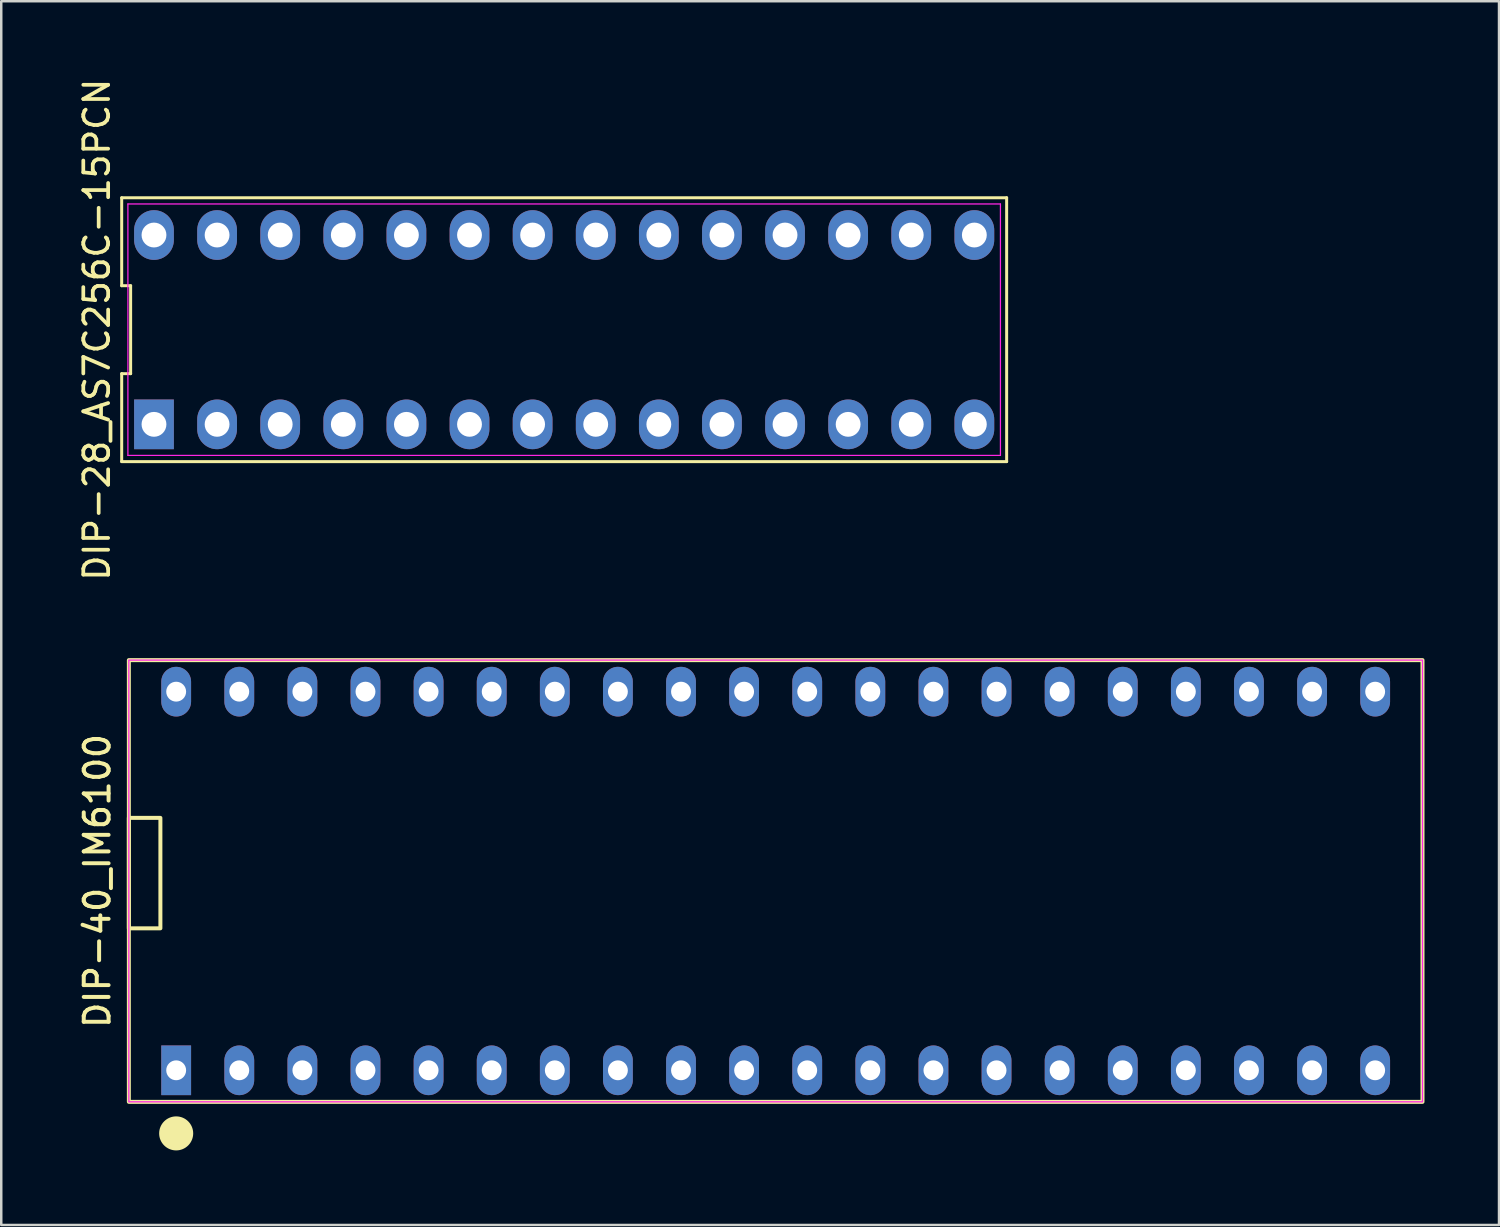
<source format=kicad_pcb>
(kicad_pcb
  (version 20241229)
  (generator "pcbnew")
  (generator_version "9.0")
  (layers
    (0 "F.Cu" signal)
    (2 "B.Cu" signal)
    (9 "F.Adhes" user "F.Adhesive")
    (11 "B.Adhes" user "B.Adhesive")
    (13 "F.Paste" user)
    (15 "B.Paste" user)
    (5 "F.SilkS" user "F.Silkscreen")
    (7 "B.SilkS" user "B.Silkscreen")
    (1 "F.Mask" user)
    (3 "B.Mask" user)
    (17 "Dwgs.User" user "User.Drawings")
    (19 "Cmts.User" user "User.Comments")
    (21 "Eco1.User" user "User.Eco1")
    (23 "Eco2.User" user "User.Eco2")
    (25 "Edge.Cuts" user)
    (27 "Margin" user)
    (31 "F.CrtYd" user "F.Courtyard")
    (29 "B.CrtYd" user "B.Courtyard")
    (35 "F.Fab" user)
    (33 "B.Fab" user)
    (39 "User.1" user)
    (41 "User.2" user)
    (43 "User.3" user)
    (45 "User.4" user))
  (footprint "DIP-40_IM6100"
    (layer "F.Cu")
    (at 28.171 32.41)
    (property "Reference" "DIP-40_IM6100" (at -27.305 0 90) (layer "F.SilkS") (effects (font (size 1 1) (thickness 0.16))))
    (attr through_hole)
    (fp_rect (start -26.035 -8.89) (end 26.035 8.89) (stroke (width 0.16) (type solid)) (fill no) (layer "F.SilkS"))
    (fp_rect (start -26.035 -2.54) (end -24.765 1.905) (stroke (width 0.16) (type solid)) (fill no) (layer "F.SilkS"))
    (fp_circle (center -24.13 10.16) (end -23.495 10.16) (stroke (width 0.1) (type solid)) (fill yes) (layer "F.SilkS"))
    (fp_rect (start -26.035 -8.89) (end 26.035 8.89) (stroke (width 0.05) (type default)) (fill no) (layer "F.CrtYd"))
    (pad "1" thru_hole rect (at -24.13 7.62) (size 1.2 2) (drill 0.8) (layers "*.Cu" "*.Mask"))
    (pad "2" thru_hole oval (at -21.59 7.62) (size 1.2 2) (drill 0.8) (layers "*.Cu" "*.Mask"))
    (pad "3" thru_hole oval (at -19.05 7.62) (size 1.2 2) (drill 0.8) (layers "*.Cu" "*.Mask"))
    (pad "4" thru_hole oval (at -16.51 7.62) (size 1.2 2) (drill 0.8) (layers "*.Cu" "*.Mask"))
    (pad "5" thru_hole oval (at -13.97 7.62) (size 1.2 2) (drill 0.8) (layers "*.Cu" "*.Mask"))
    (pad "6" thru_hole oval (at -11.43 7.62) (size 1.2 2) (drill 0.8) (layers "*.Cu" "*.Mask"))
    (pad "7" thru_hole oval (at -8.89 7.62) (size 1.2 2) (drill 0.8) (layers "*.Cu" "*.Mask"))
    (pad "8" thru_hole oval (at -6.35 7.62) (size 1.2 2) (drill 0.8) (layers "*.Cu" "*.Mask"))
    (pad "9" thru_hole oval (at -3.81 7.62) (size 1.2 2) (drill 0.8) (layers "*.Cu" "*.Mask"))
    (pad "10" thru_hole oval (at -1.27 7.62) (size 1.2 2) (drill 0.8) (layers "*.Cu" "*.Mask"))
    (pad "11" thru_hole oval (at 1.27 7.62) (size 1.2 2) (drill 0.8) (layers "*.Cu" "*.Mask"))
    (pad "12" thru_hole oval (at 3.81 7.62) (size 1.2 2) (drill 0.8) (layers "*.Cu" "*.Mask"))
    (pad "13" thru_hole oval (at 6.35 7.62) (size 1.2 2) (drill 0.8) (layers "*.Cu" "*.Mask"))
    (pad "14" thru_hole oval (at 8.89 7.62) (size 1.2 2) (drill 0.8) (layers "*.Cu" "*.Mask"))
    (pad "15" thru_hole oval (at 11.43 7.62) (size 1.2 2) (drill 0.8) (layers "*.Cu" "*.Mask"))
    (pad "16" thru_hole oval (at 13.97 7.62) (size 1.2 2) (drill 0.8) (layers "*.Cu" "*.Mask"))
    (pad "17" thru_hole oval (at 16.51 7.62) (size 1.2 2) (drill 0.8) (layers "*.Cu" "*.Mask"))
    (pad "18" thru_hole oval (at 19.05 7.62) (size 1.2 2) (drill 0.8) (layers "*.Cu" "*.Mask"))
    (pad "19" thru_hole oval (at 21.59 7.62) (size 1.2 2) (drill 0.8) (layers "*.Cu" "*.Mask"))
    (pad "20" thru_hole oval (at 24.13 7.62) (size 1.2 2) (drill 0.8) (layers "*.Cu" "*.Mask"))
    (pad "21" thru_hole oval (at 24.13 -7.62) (size 1.2 2) (drill 0.8) (layers "*.Cu" "*.Mask"))
    (pad "22" thru_hole oval (at 21.59 -7.62) (size 1.2 2) (drill 0.8) (layers "*.Cu" "*.Mask"))
    (pad "23" thru_hole oval (at 19.05 -7.62) (size 1.2 2) (drill 0.8) (layers "*.Cu" "*.Mask"))
    (pad "24" thru_hole oval (at 16.51 -7.62) (size 1.2 2) (drill 0.8) (layers "*.Cu" "*.Mask"))
    (pad "25" thru_hole oval (at 13.97 -7.62) (size 1.2 2) (drill 0.8) (layers "*.Cu" "*.Mask"))
    (pad "26" thru_hole oval (at 11.43 -7.62) (size 1.2 2) (drill 0.8) (layers "*.Cu" "*.Mask"))
    (pad "27" thru_hole oval (at 8.89 -7.62) (size 1.2 2) (drill 0.8) (layers "*.Cu" "*.Mask"))
    (pad "28" thru_hole oval (at 6.35 -7.62) (size 1.2 2) (drill 0.8) (layers "*.Cu" "*.Mask"))
    (pad "29" thru_hole oval (at 3.81 -7.62) (size 1.2 2) (drill 0.8) (layers "*.Cu" "*.Mask"))
    (pad "30" thru_hole oval (at 1.27 -7.62) (size 1.2 2) (drill 0.8) (layers "*.Cu" "*.Mask"))
    (pad "31" thru_hole oval (at -1.27 -7.62) (size 1.2 2) (drill 0.8) (layers "*.Cu" "*.Mask"))
    (pad "32" thru_hole oval (at -3.81 -7.62) (size 1.2 2) (drill 0.8) (layers "*.Cu" "*.Mask"))
    (pad "33" thru_hole oval (at -6.35 -7.62) (size 1.2 2) (drill 0.8) (layers "*.Cu" "*.Mask"))
    (pad "34" thru_hole oval (at -8.89 -7.62) (size 1.2 2) (drill 0.8) (layers "*.Cu" "*.Mask"))
    (pad "35" thru_hole oval (at -11.43 -7.62) (size 1.2 2) (drill 0.8) (layers "*.Cu" "*.Mask"))
    (pad "36" thru_hole oval (at -13.97 -7.62) (size 1.2 2) (drill 0.8) (layers "*.Cu" "*.Mask"))
    (pad "37" thru_hole oval (at -16.51 -7.62) (size 1.2 2) (drill 0.8) (layers "*.Cu" "*.Mask"))
    (pad "38" thru_hole oval (at -19.05 -7.62) (size 1.2 2) (drill 0.8) (layers "*.Cu" "*.Mask"))
    (pad "39" thru_hole oval (at -21.59 -7.62) (size 1.2 2) (drill 0.8) (layers "*.Cu" "*.Mask"))
    (pad "40" thru_hole oval (at -24.13 -7.62) (size 1.2 2) (drill 0.8) (layers "*.Cu" "*.Mask")))
  (footprint "DIP-28_AS7C256C-15PCN"
    (layer "F.Cu")
    (at 19.658 10.22)
    (property "Reference" "DIP-28_AS7C256C-15PCN" (at -18.81 0 90) (layer "F.SilkS") (effects (font (size 1 1) (thickness 0.15))))
    (attr through_hole)
    (fp_line (start -17.81 -5.31) (end -17.81 -1.77) (stroke (width 0.12) (type default)) (layer "F.SilkS"))
    (fp_line (start -17.81 -1.77) (end -17.45 -1.77) (stroke (width 0.12) (type default)) (layer "F.SilkS"))
    (fp_line (start -17.81 1.77) (end -17.81 5.31) (stroke (width 0.12) (type default)) (layer "F.SilkS"))
    (fp_line (start -17.81 5.31) (end 17.81 5.31) (stroke (width 0.12) (type default)) (layer "F.SilkS"))
    (fp_line (start -17.45 -1.77) (end -17.45 1.77) (stroke (width 0.12) (type default)) (layer "F.SilkS"))
    (fp_line (start -17.45 1.77) (end -17.81 1.77) (stroke (width 0.12) (type default)) (layer "F.SilkS"))
    (fp_line (start 17.81 -5.31) (end -17.81 -5.31) (stroke (width 0.12) (type default)) (layer "F.SilkS"))
    (fp_line (start 17.81 5.31) (end 17.81 -5.31) (stroke (width 0.12) (type default)) (layer "F.SilkS"))
    (fp_line (start -17.56 -5.06) (end 17.56 -5.06) (stroke (width 0.05) (type default)) (layer "F.CrtYd"))
    (fp_line (start -17.56 5.06) (end -17.56 -5.06) (stroke (width 0.05) (type default)) (layer "F.CrtYd"))
    (fp_line (start 17.56 -5.06) (end 17.56 5.06) (stroke (width 0.05) (type default)) (layer "F.CrtYd"))
    (fp_line (start 17.56 5.06) (end -17.56 5.06) (stroke (width 0.05) (type default)) (layer "F.CrtYd"))
    (pad "1" thru_hole rect (at -16.51 3.81) (size 1.6 2) (drill 1) (layers "*.Cu" "*.Mask"))
    (pad "2" thru_hole oval (at -13.97 3.81) (size 1.6 2) (drill 1) (layers "*.Cu" "*.Mask"))
    (pad "3" thru_hole oval (at -11.43 3.81) (size 1.6 2) (drill 1) (layers "*.Cu" "*.Mask"))
    (pad "4" thru_hole oval (at -8.89 3.81) (size 1.6 2) (drill 1) (layers "*.Cu" "*.Mask"))
    (pad "5" thru_hole oval (at -6.35 3.81) (size 1.6 2) (drill 1) (layers "*.Cu" "*.Mask"))
    (pad "6" thru_hole oval (at -3.81 3.81) (size 1.6 2) (drill 1) (layers "*.Cu" "*.Mask"))
    (pad "7" thru_hole oval (at -1.27 3.81) (size 1.6 2) (drill 1) (layers "*.Cu" "*.Mask"))
    (pad "8" thru_hole oval (at 1.27 3.81) (size 1.6 2) (drill 1) (layers "*.Cu" "*.Mask"))
    (pad "9" thru_hole oval (at 3.81 3.81) (size 1.6 2) (drill 1) (layers "*.Cu" "*.Mask"))
    (pad "10" thru_hole oval (at 6.35 3.81) (size 1.6 2) (drill 1) (layers "*.Cu" "*.Mask"))
    (pad "11" thru_hole oval (at 8.89 3.81) (size 1.6 2) (drill 1) (layers "*.Cu" "*.Mask"))
    (pad "12" thru_hole oval (at 11.43 3.81) (size 1.6 2) (drill 1) (layers "*.Cu" "*.Mask"))
    (pad "13" thru_hole oval (at 13.97 3.81) (size 1.6 2) (drill 1) (layers "*.Cu" "*.Mask"))
    (pad "14" thru_hole oval (at 16.51 3.81) (size 1.6 2) (drill 1) (layers "*.Cu" "*.Mask"))
    (pad "15" thru_hole oval (at 16.51 -3.81) (size 1.6 2) (drill 1) (layers "*.Cu" "*.Mask"))
    (pad "16" thru_hole oval (at 13.97 -3.81) (size 1.6 2) (drill 1) (layers "*.Cu" "*.Mask"))
    (pad "17" thru_hole oval (at 11.43 -3.81) (size 1.6 2) (drill 1) (layers "*.Cu" "*.Mask"))
    (pad "18" thru_hole oval (at 8.89 -3.81) (size 1.6 2) (drill 1) (layers "*.Cu" "*.Mask"))
    (pad "19" thru_hole oval (at 6.35 -3.81) (size 1.6 2) (drill 1) (layers "*.Cu" "*.Mask"))
    (pad "20" thru_hole oval (at 3.81 -3.81) (size 1.6 2) (drill 1) (layers "*.Cu" "*.Mask"))
    (pad "21" thru_hole oval (at 1.27 -3.81) (size 1.6 2) (drill 1) (layers "*.Cu" "*.Mask"))
    (pad "22" thru_hole oval (at -1.27 -3.81) (size 1.6 2) (drill 1) (layers "*.Cu" "*.Mask"))
    (pad "23" thru_hole oval (at -3.81 -3.81) (size 1.6 2) (drill 1) (layers "*.Cu" "*.Mask"))
    (pad "24" thru_hole oval (at -6.35 -3.81) (size 1.6 2) (drill 1) (layers "*.Cu" "*.Mask"))
    (pad "25" thru_hole oval (at -8.89 -3.81) (size 1.6 2) (drill 1) (layers "*.Cu" "*.Mask"))
    (pad "26" thru_hole oval (at -11.43 -3.81) (size 1.6 2) (drill 1) (layers "*.Cu" "*.Mask"))
    (pad "27" thru_hole oval (at -13.97 -3.81) (size 1.6 2) (drill 1) (layers "*.Cu" "*.Mask"))
    (pad "28" thru_hole oval (at -16.51 -3.81) (size 1.6 2) (drill 1) (layers "*.Cu" "*.Mask")))
  (gr_rect
    (start -3 -3)
    (end 57.286 46.255)
    (stroke (width 0.1) (type default))
    (fill no)
    (layer "Edge.Cuts")))
</source>
